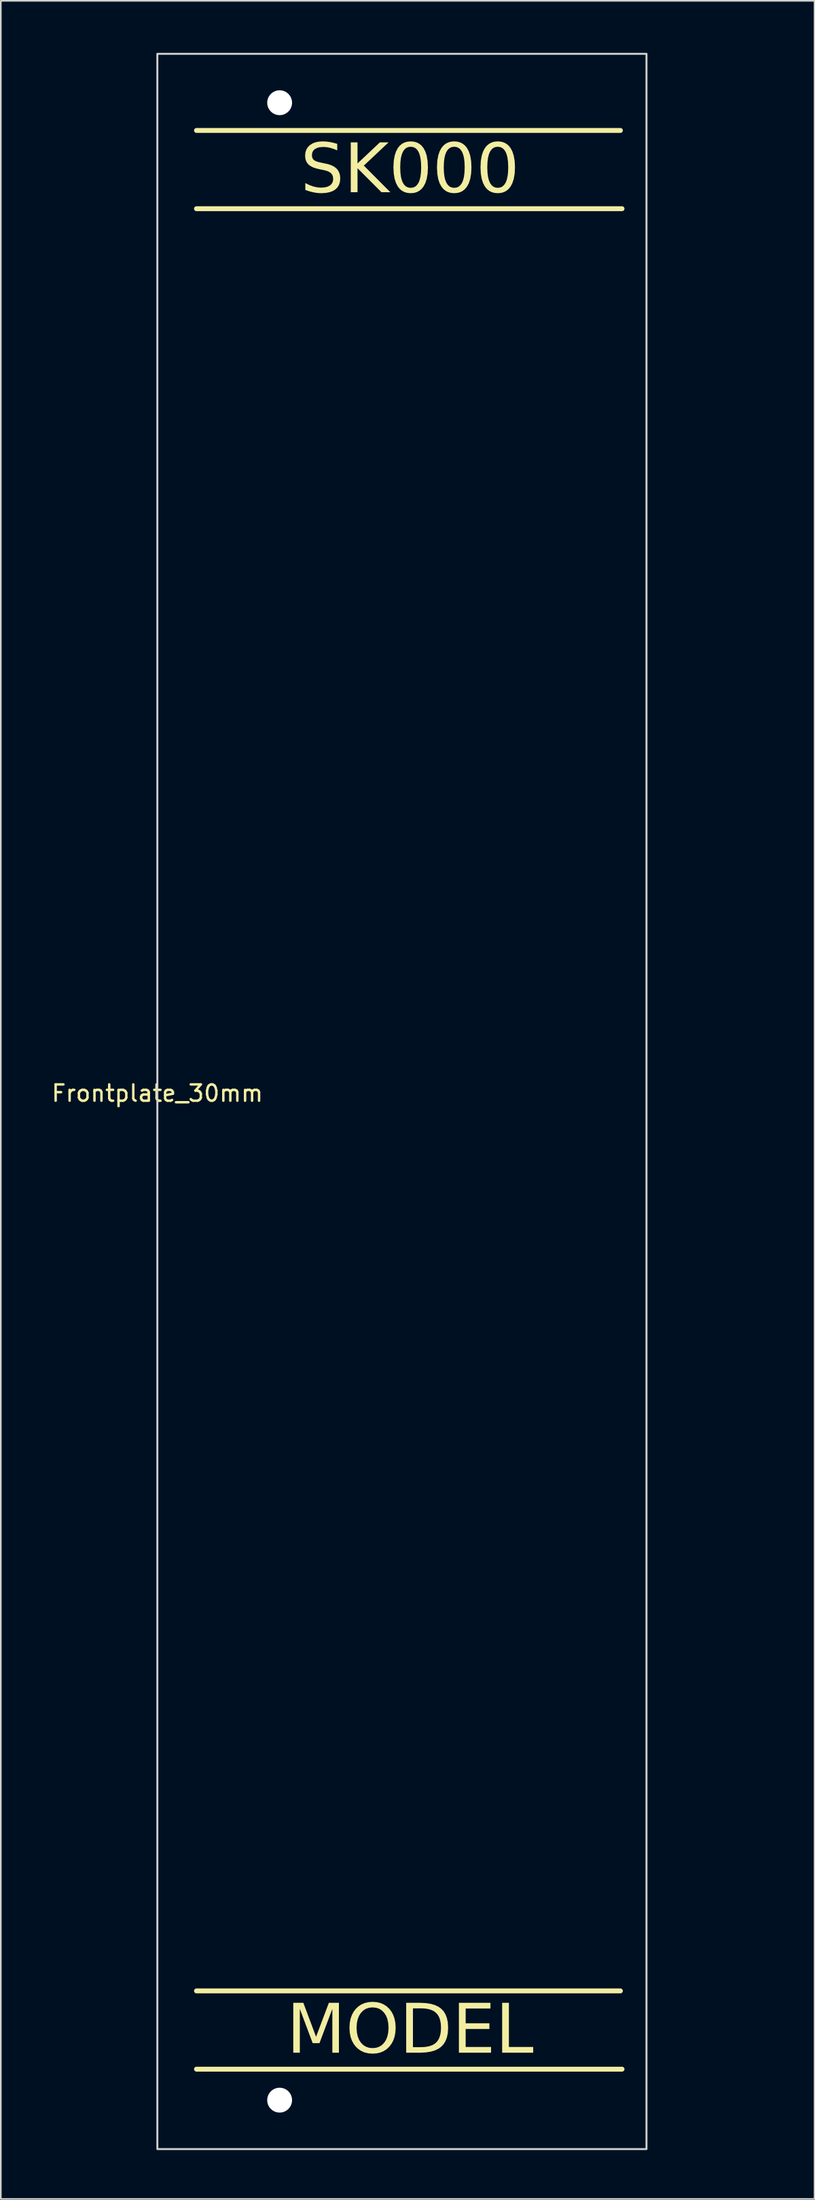
<source format=kicad_pcb>
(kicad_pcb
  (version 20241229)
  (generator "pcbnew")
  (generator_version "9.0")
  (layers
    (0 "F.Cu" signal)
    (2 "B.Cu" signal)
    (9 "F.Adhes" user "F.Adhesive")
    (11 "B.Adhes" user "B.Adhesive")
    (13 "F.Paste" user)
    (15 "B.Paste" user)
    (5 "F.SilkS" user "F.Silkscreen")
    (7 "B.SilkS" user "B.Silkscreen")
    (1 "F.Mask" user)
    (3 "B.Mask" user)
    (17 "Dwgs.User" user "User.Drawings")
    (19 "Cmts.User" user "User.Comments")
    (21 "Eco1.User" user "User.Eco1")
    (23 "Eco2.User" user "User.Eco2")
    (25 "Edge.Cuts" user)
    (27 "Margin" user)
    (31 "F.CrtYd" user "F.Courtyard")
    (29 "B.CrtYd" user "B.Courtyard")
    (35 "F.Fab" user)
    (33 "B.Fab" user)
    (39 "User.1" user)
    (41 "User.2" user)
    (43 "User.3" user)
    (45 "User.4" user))
  (footprint "Frontplate_30mm"
    (layer "F.Cu")
    (at 6.601 0.25)
    (property "Reference" "Frontplate_30mm" (at 0 63.75 0) (unlocked yes) (layer "F.SilkS") (effects (font (size 1 1) (thickness 0.15))))
    (fp_line (start 2.4 4.7) (end 28.4 4.7) (stroke (width 0.3) (type default)) (layer "F.SilkS"))
    (fp_line (start 2.4 9.5) (end 28.5 9.5) (stroke (width 0.3) (type default)) (layer "F.SilkS"))
    (fp_line (start 2.4 118.8) (end 28.4 118.8) (stroke (width 0.3) (type default)) (layer "F.SilkS"))
    (fp_line (start 2.4 123.6) (end 28.5 123.6) (stroke (width 0.3) (type default)) (layer "F.SilkS"))
    (fp_line (start -5.25 119.25) (end 37 119.25) (stroke (width 0.12) (type default)) (layer "Eco1.User"))
    (fp_line (start -5 9.25) (end 37.25 9.25) (stroke (width 0.12) (type default)) (layer "Eco1.User"))
    (fp_rect (start 0 0) (end 30 128.5) (stroke (width 0.12) (type default)) (fill no) (layer "Edge.Cuts"))
    (fp_text user "SK000" (at 15.5 9 0) (unlocked yes) (layer "F.SilkS") (effects (font (face "Bastard") (size 3 3) (thickness 0.15)) (justify bottom)))
    (fp_text user "MODEL" (at 15.5 123.1 0) (unlocked yes) (layer "F.SilkS") (effects (font (face "Bastard") (size 3 3) (thickness 0.15)) (justify bottom)))
    (pad "" np_thru_hole circle (at 7.5 3) (size 1.524 1.524) (drill oval 5 3) (layers "*.Cu" "*.Mask"))
    (pad "" np_thru_hole circle (at 7.5 125.5) (size 1.524 1.524) (drill oval 5 3) (layers "*.Cu" "*.Mask")))
  (gr_rect
    (start -3 -3)
    (end 46.911 131.81)
    (stroke (width 0.1) (type default))
    (fill no)
    (layer "Edge.Cuts")))
</source>
